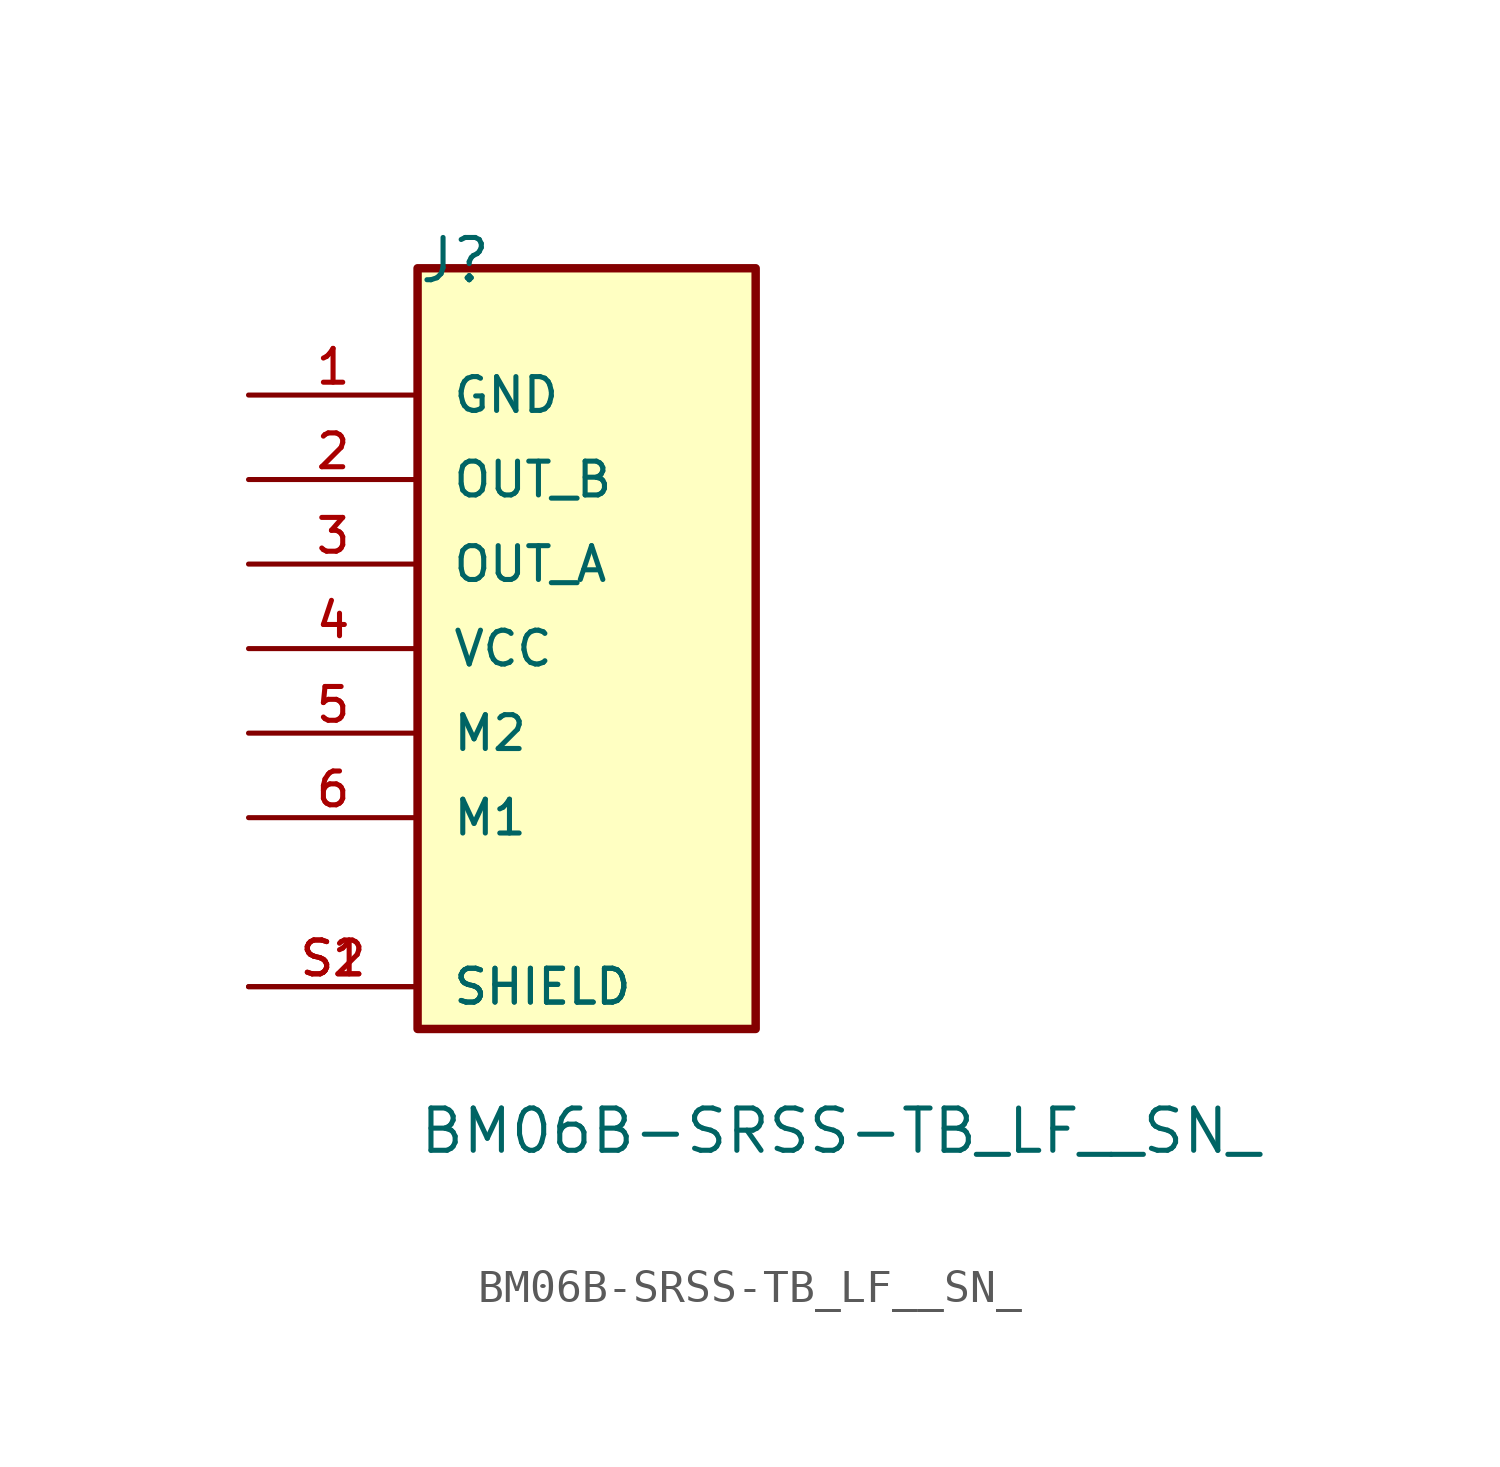
<source format=kicad_sym>
(kicad_symbol_lib
  (version 20211014)
  (generator kicad_symbol_editor)
  (symbol "BM06B-SRSS-TB_LF__SN_"
    (pin_names
      (offset 1.016))
    (property "Reference" "J"
      (at -5.08 13.462 0)
      (effects (font (size 1.27 1.27)) (justify left bottom)))
    (property "Value" "BM06B-SRSS-TB_LF__SN_"
      (at -5.08 -12.7 0)
      (effects (font (size 1.27 1.27)) (justify left bottom)))
    (symbol "BM06B-SRSS-TB_LF__SN__0_0"
      (rectangle (start -5.08 -8.89) (end 5.08 13.97) (stroke (width 0.254) (type default) (color 0 0 0 0)) (fill (type background)))
      (pin passive line (at -10.16 10.16 0) (length 5.08) (name "GND" (effects (font (size 1.016 1.016)))) (number "1" (effects (font (size 1.016 1.016)))))
      (pin passive line (at -10.16 7.62 0) (length 5.08) (name "OUT_B" (effects (font (size 1.016 1.016)))) (number "2" (effects (font (size 1.016 1.016)))))
      (pin passive line (at -10.16 5.08 0) (length 5.08) (name "OUT_A" (effects (font (size 1.016 1.016)))) (number "3" (effects (font (size 1.016 1.016)))))
      (pin passive line (at -10.16 2.54 0) (length 5.08) (name "VCC" (effects (font (size 1.016 1.016)))) (number "4" (effects (font (size 1.016 1.016)))))
      (pin passive line (at -10.16 0 0) (length 5.08) (name "M2" (effects (font (size 1.016 1.016)))) (number "5" (effects (font (size 1.016 1.016)))))
      (pin passive line (at -10.16 -2.54 0) (length 5.08) (name "M1" (effects (font (size 1.016 1.016)))) (number "6" (effects (font (size 1.016 1.016)))))
      (pin passive line (at -10.16 -7.62 0) (length 5.08) (name "SHIELD" (effects (font (size 1.016 1.016)))) (number "S1" (effects (font (size 1.016 1.016)))))
      (pin passive line (at -10.16 -7.62 0) (length 5.08) (name "SHIELD" (effects (font (size 1.016 1.016)))) (number "S2" (effects (font (size 1.016 1.016))))))))
</source>
